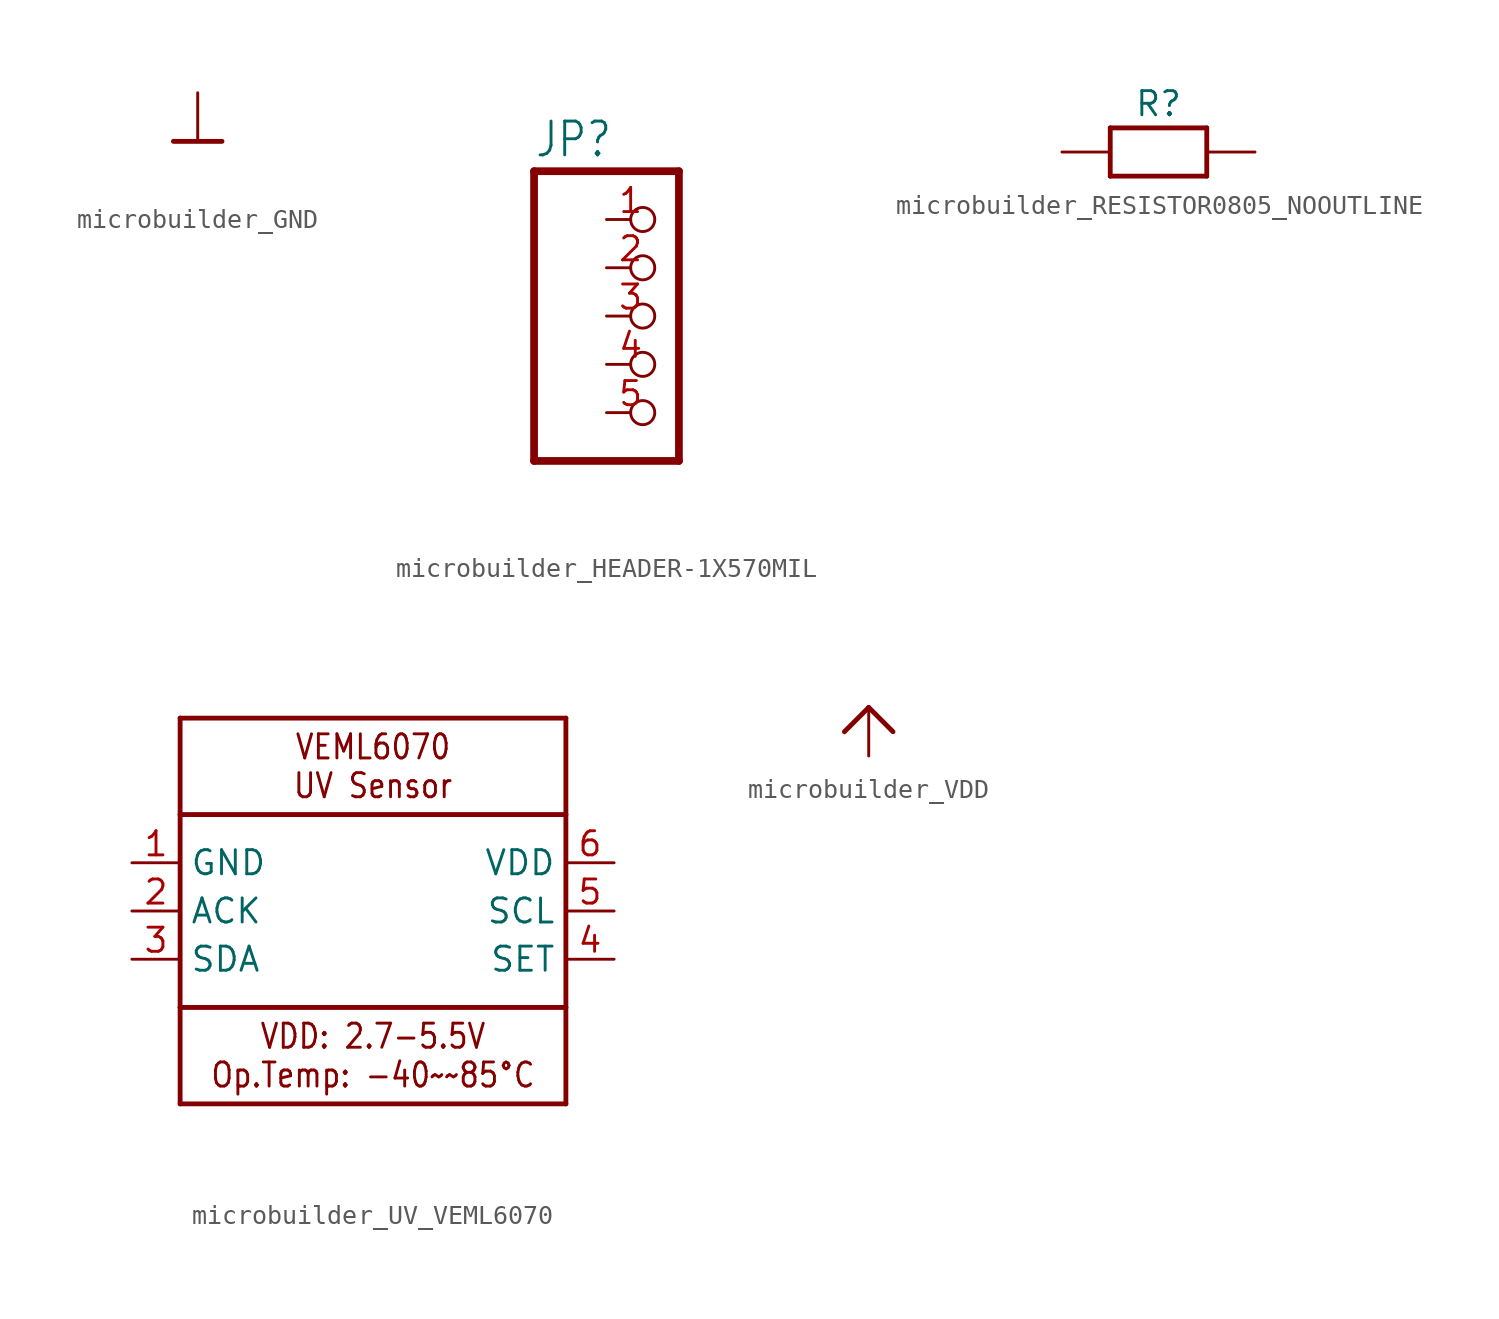
<source format=kicad_sym>
(kicad_symbol_lib
  (version 20231120)
  (generator "kicad_symbol_editor")
  (generator_version "8.0")
  (symbol "microbuilder_GND"
    (power)
    (property "Reference" ""
      (at 0 0 0)
      (effects (font (size 1.27 1.27)) (hide yes)))
    (property "Value" ""
      (at -1.524 -2.54 0)
      (effects (font (size 1.27 1.079)) (justify left bottom)))
    (property "ki_locked" ""
      (at 0 0 0)
      (effects (font (size 1.27 1.27))))
    (symbol "microbuilder_GND_1_0"
      (polyline (pts (xy -1.27 0) (xy 1.27 0)) (stroke (width 0.254) (type solid)) (fill (type none)))
      (pin power_in line (at 0 2.54 270) (length 2.54) (name "GND" (effects (font (size 0 0)))) (number "1" (effects (font (size 0 0)))))))
  (symbol "microbuilder_HEADER-1X570MIL"
    (property "Reference" "JP"
      (at -6.35 8.255 0)
      (effects (font (size 1.778 1.511)) (justify left bottom)))
    (property "Value" ""
      (at -6.35 -10.16 0)
      (effects (font (size 1.778 1.511)) (justify left bottom)))
    (property "ki_locked" ""
      (at 0 0 0)
      (effects (font (size 1.27 1.27))))
    (symbol "microbuilder_HEADER-1X570MIL_1_0"
      (polyline (pts (xy -6.35 -7.62) (xy 1.27 -7.62)) (stroke (width 0.406) (type solid)) (fill (type none)))
      (polyline (pts (xy -6.35 7.62) (xy -6.35 -7.62)) (stroke (width 0.406) (type solid)) (fill (type none)))
      (polyline (pts (xy 1.27 -7.62) (xy 1.27 7.62)) (stroke (width 0.406) (type solid)) (fill (type none)))
      (polyline (pts (xy 1.27 7.62) (xy -6.35 7.62)) (stroke (width 0.406) (type solid)) (fill (type none)))
      (pin passive inverted (at -2.54 5.08 0) (length 2.54) (name "1" (effects (font (size 0 0)))) (number "1" (effects (font (size 1.27 1.27)))))
      (pin passive inverted (at -2.54 2.54 0) (length 2.54) (name "2" (effects (font (size 0 0)))) (number "2" (effects (font (size 1.27 1.27)))))
      (pin passive inverted (at -2.54 0 0) (length 2.54) (name "3" (effects (font (size 0 0)))) (number "3" (effects (font (size 1.27 1.27)))))
      (pin passive inverted (at -2.54 -2.54 0) (length 2.54) (name "4" (effects (font (size 0 0)))) (number "4" (effects (font (size 1.27 1.27)))))
      (pin passive inverted (at -2.54 -5.08 0) (length 2.54) (name "5" (effects (font (size 0 0)))) (number "5" (effects (font (size 1.27 1.27)))))))
  (symbol "microbuilder_RESISTOR0805_NOOUTLINE"
    (property "Reference" "R"
      (at 0 2.54 0)
      (effects (font (size 1.27 1.27))))
    (property "Value" ""
      (at 0 0 0)
      (effects (font (size 1.016 1.016) (bold yes))))
    (property "ki_locked" ""
      (at 0 0 0)
      (effects (font (size 1.27 1.27))))
    (symbol "microbuilder_RESISTOR0805_NOOUTLINE_1_0"
      (polyline (pts (xy -2.54 -1.27) (xy -2.54 1.27)) (stroke (width 0.254) (type solid)) (fill (type none)))
      (polyline (pts (xy -2.54 1.27) (xy 2.54 1.27)) (stroke (width 0.254) (type solid)) (fill (type none)))
      (polyline (pts (xy 2.54 -1.27) (xy -2.54 -1.27)) (stroke (width 0.254) (type solid)) (fill (type none)))
      (polyline (pts (xy 2.54 1.27) (xy 2.54 -1.27)) (stroke (width 0.254) (type solid)) (fill (type none)))
      (pin passive line (at -5.08 0 0) (length 2.54) (name "1" (effects (font (size 0 0)))) (number "1" (effects (font (size 0 0)))))
      (pin passive line (at 5.08 0 180) (length 2.54) (name "2" (effects (font (size 0 0)))) (number "2" (effects (font (size 0 0)))))))
  (symbol "microbuilder_UV_VEML6070"
    (property "Reference" ""
      (at -10.16 12.7 0)
      (effects (font (size 1.27 1.079)) (justify left bottom) (hide yes)))
    (property "Value" ""
      (at -10.16 -12.7 0)
      (effects (font (size 1.27 1.079)) (justify left bottom)))
    (property "ki_locked" ""
      (at 0 0 0)
      (effects (font (size 1.27 1.27))))
    (symbol "microbuilder_UV_VEML6070_1_0"
      (polyline (pts (xy -10.16 -10.16) (xy -10.16 -5.08)) (stroke (width 0.254) (type solid)) (fill (type none)))
      (polyline (pts (xy -10.16 -5.08) (xy -10.16 5.08)) (stroke (width 0.254) (type solid)) (fill (type none)))
      (polyline (pts (xy -10.16 -5.08) (xy 10.16 -5.08)) (stroke (width 0.254) (type solid)) (fill (type none)))
      (polyline (pts (xy -10.16 5.08) (xy -10.16 10.16)) (stroke (width 0.254) (type solid)) (fill (type none)))
      (polyline (pts (xy -10.16 5.08) (xy 10.16 5.08)) (stroke (width 0.254) (type solid)) (fill (type none)))
      (polyline (pts (xy -10.16 10.16) (xy 10.16 10.16)) (stroke (width 0.254) (type solid)) (fill (type none)))
      (polyline (pts (xy 10.16 -10.16) (xy -10.16 -10.16)) (stroke (width 0.254) (type solid)) (fill (type none)))
      (polyline (pts (xy 10.16 -5.08) (xy 10.16 -10.16)) (stroke (width 0.254) (type solid)) (fill (type none)))
      (polyline (pts (xy 10.16 5.08) (xy 10.16 -5.08)) (stroke (width 0.254) (type solid)) (fill (type none)))
      (polyline (pts (xy 10.16 10.16) (xy 10.16 5.08)) (stroke (width 0.254) (type solid)) (fill (type none)))
      (text "VDD: 2.7-5.5V\nOp.Temp: -40~~85°C" (at 0 -7.62 0) (effects (font (size 1.27 1.079))))
      (text "VEML6070\nUV Sensor" (at 0 7.62 0) (effects (font (size 1.27 1.079))))
      (pin power_in line (at -12.7 2.54 0) (length 2.54) (name "GND" (effects (font (size 1.27 1.27)))) (number "1" (effects (font (size 1.27 1.27)))))
      (pin open_collector line (at -12.7 0 0) (length 2.54) (name "ACK" (effects (font (size 1.27 1.27)))) (number "2" (effects (font (size 1.27 1.27)))))
      (pin open_collector line (at -12.7 -2.54 0) (length 2.54) (name "SDA" (effects (font (size 1.27 1.27)))) (number "3" (effects (font (size 1.27 1.27)))))
      (pin passive line (at 12.7 -2.54 180) (length 2.54) (name "SET" (effects (font (size 1.27 1.27)))) (number "4" (effects (font (size 1.27 1.27)))))
      (pin input line (at 12.7 0 180) (length 2.54) (name "SCL" (effects (font (size 1.27 1.27)))) (number "5" (effects (font (size 1.27 1.27)))))
      (pin power_in line (at 12.7 2.54 180) (length 2.54) (name "VDD" (effects (font (size 1.27 1.27)))) (number "6" (effects (font (size 1.27 1.27)))))))
  (symbol "microbuilder_VDD"
    (power)
    (property "Reference" ""
      (at 0 0 0)
      (effects (font (size 1.27 1.27)) (hide yes)))
    (property "Value" ""
      (at -1.524 1.016 0)
      (effects (font (size 1.27 1.079)) (justify left bottom)))
    (property "ki_locked" ""
      (at 0 0 0)
      (effects (font (size 1.27 1.27))))
    (symbol "microbuilder_VDD_1_0"
      (polyline (pts (xy -1.27 -1.27) (xy 0 0)) (stroke (width 0.254) (type solid)) (fill (type none)))
      (polyline (pts (xy 0 0) (xy 1.27 -1.27)) (stroke (width 0.254) (type solid)) (fill (type none)))
      (pin power_in line (at 0 -2.54 90) (length 2.54) (name "VDD" (effects (font (size 0 0)))) (number "1" (effects (font (size 0 0))))))))
</source>
